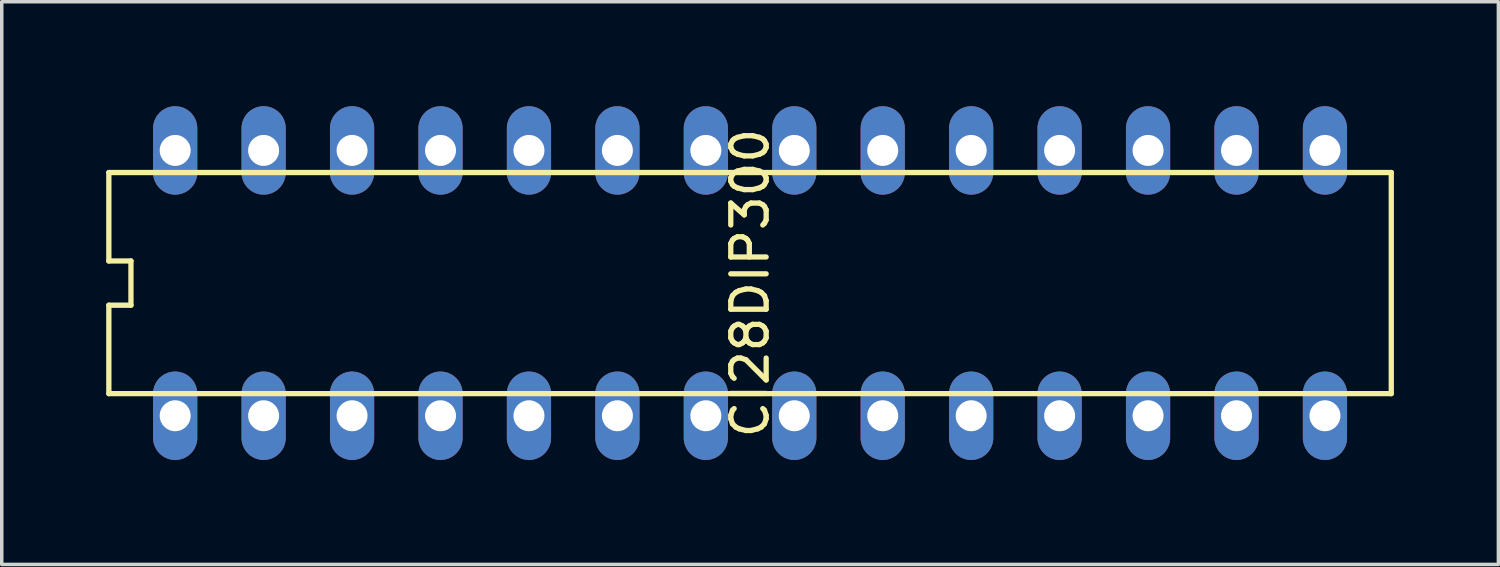
<source format=kicad_pcb>
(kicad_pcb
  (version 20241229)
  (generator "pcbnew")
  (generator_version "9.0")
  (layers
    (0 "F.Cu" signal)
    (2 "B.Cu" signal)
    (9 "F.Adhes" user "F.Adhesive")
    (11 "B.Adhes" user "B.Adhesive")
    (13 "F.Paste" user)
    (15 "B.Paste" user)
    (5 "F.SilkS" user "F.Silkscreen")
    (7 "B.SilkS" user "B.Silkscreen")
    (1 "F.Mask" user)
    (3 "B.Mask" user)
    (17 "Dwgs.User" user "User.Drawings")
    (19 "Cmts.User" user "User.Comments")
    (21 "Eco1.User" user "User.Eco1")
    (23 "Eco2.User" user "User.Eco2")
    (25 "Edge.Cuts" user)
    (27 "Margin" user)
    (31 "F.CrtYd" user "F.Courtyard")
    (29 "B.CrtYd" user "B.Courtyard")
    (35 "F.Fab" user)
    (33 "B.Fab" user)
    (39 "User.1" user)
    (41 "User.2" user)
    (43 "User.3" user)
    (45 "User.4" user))
  (footprint "CI28DIP300"
    (layer "F.Cu")
    (at 1.981 8.89)
    (property "Reference" "CI28DIP300" (at 16.51 -3.81 90) (layer "F.SilkS") (effects (font (size 1.016 1.016) (thickness 0.152))))
    (attr through_hole)
    (fp_line (start -1.905 -6.985) (end -1.905 -4.445) (stroke (width 0.152) (type solid)) (layer "F.SilkS"))
    (fp_line (start -1.905 -6.985) (end 34.925 -6.985) (stroke (width 0.152) (type solid)) (layer "F.SilkS"))
    (fp_line (start -1.905 -4.445) (end -1.27 -4.445) (stroke (width 0.152) (type solid)) (layer "F.SilkS"))
    (fp_line (start -1.905 -3.175) (end -1.905 -0.635) (stroke (width 0.152) (type solid)) (layer "F.SilkS"))
    (fp_line (start -1.27 -4.445) (end -1.27 -3.175) (stroke (width 0.152) (type solid)) (layer "F.SilkS"))
    (fp_line (start -1.27 -3.175) (end -1.905 -3.175) (stroke (width 0.152) (type solid)) (layer "F.SilkS"))
    (fp_line (start 34.925 -6.985) (end 34.925 -0.635) (stroke (width 0.152) (type solid)) (layer "F.SilkS"))
    (fp_line (start 34.925 -0.635) (end -1.905 -0.635) (stroke (width 0.152) (type solid)) (layer "F.SilkS"))
    (pad "1" thru_hole oval (at 0 0) (size 1.27 2.54) (drill 0.889) (layers "*.Cu" "*.Mask"))
    (pad "2" thru_hole oval (at 2.54 0) (size 1.27 2.54) (drill 0.889) (layers "*.Cu" "*.Mask"))
    (pad "3" thru_hole oval (at 5.08 0) (size 1.27 2.54) (drill 0.889) (layers "*.Cu" "*.Mask"))
    (pad "4" thru_hole oval (at 7.62 0) (size 1.27 2.54) (drill 0.889) (layers "*.Cu" "*.Mask"))
    (pad "5" thru_hole oval (at 10.16 0) (size 1.27 2.54) (drill 0.889) (layers "*.Cu" "*.Mask"))
    (pad "6" thru_hole oval (at 12.7 0) (size 1.27 2.54) (drill 0.889) (layers "*.Cu" "*.Mask"))
    (pad "7" thru_hole oval (at 15.24 0) (size 1.27 2.54) (drill 0.889) (layers "*.Cu" "*.Mask"))
    (pad "8" thru_hole oval (at 17.78 0) (size 1.27 2.54) (drill 0.889) (layers "*.Cu" "*.Mask"))
    (pad "9" thru_hole oval (at 20.32 0) (size 1.27 2.54) (drill 0.889) (layers "*.Cu" "*.Mask"))
    (pad "10" thru_hole oval (at 22.86 0) (size 1.27 2.54) (drill 0.889) (layers "*.Cu" "*.Mask"))
    (pad "11" thru_hole oval (at 25.4 0) (size 1.27 2.54) (drill 0.889) (layers "*.Cu" "*.Mask"))
    (pad "12" thru_hole oval (at 27.94 0) (size 1.27 2.54) (drill 0.889) (layers "*.Cu" "*.Mask"))
    (pad "13" thru_hole oval (at 30.48 0) (size 1.27 2.54) (drill 0.889) (layers "*.Cu" "*.Mask"))
    (pad "14" thru_hole oval (at 33.02 0) (size 1.27 2.54) (drill 0.889) (layers "*.Cu" "*.Mask"))
    (pad "15" thru_hole oval (at 33.02 -7.62) (size 1.27 2.54) (drill 0.889) (layers "*.Cu" "*.Mask"))
    (pad "16" thru_hole oval (at 30.48 -7.62) (size 1.27 2.54) (drill 0.889) (layers "*.Cu" "*.Mask"))
    (pad "17" thru_hole oval (at 27.94 -7.62) (size 1.27 2.54) (drill 0.889) (layers "*.Cu" "*.Mask"))
    (pad "18" thru_hole oval (at 25.4 -7.62) (size 1.27 2.54) (drill 0.889) (layers "*.Cu" "*.Mask"))
    (pad "19" thru_hole oval (at 22.86 -7.62) (size 1.27 2.54) (drill 0.889) (layers "*.Cu" "*.Mask"))
    (pad "20" thru_hole oval (at 20.32 -7.62) (size 1.27 2.54) (drill 0.889) (layers "*.Cu" "*.Mask"))
    (pad "21" thru_hole oval (at 17.78 -7.62) (size 1.27 2.54) (drill 0.889) (layers "*.Cu" "*.Mask"))
    (pad "22" thru_hole oval (at 15.24 -7.62) (size 1.27 2.54) (drill 0.889) (layers "*.Cu" "*.Mask"))
    (pad "23" thru_hole oval (at 12.7 -7.62) (size 1.27 2.54) (drill 0.889) (layers "*.Cu" "*.Mask"))
    (pad "24" thru_hole oval (at 10.16 -7.62) (size 1.27 2.54) (drill 0.889) (layers "*.Cu" "*.Mask"))
    (pad "25" thru_hole oval (at 7.62 -7.62) (size 1.27 2.54) (drill 0.889) (layers "*.Cu" "*.Mask"))
    (pad "26" thru_hole oval (at 5.08 -7.62) (size 1.27 2.54) (drill 0.889) (layers "*.Cu" "*.Mask"))
    (pad "27" thru_hole oval (at 2.54 -7.62) (size 1.27 2.54) (drill 0.889) (layers "*.Cu" "*.Mask"))
    (pad "28" thru_hole oval (at 0 -7.62) (size 1.27 2.54) (drill 0.889) (layers "*.Cu" "*.Mask")))
  (gr_rect
    (start -3 -3)
    (end 39.982 13.16)
    (stroke (width 0.1) (type default))
    (fill no)
    (layer "Edge.Cuts")))
</source>
